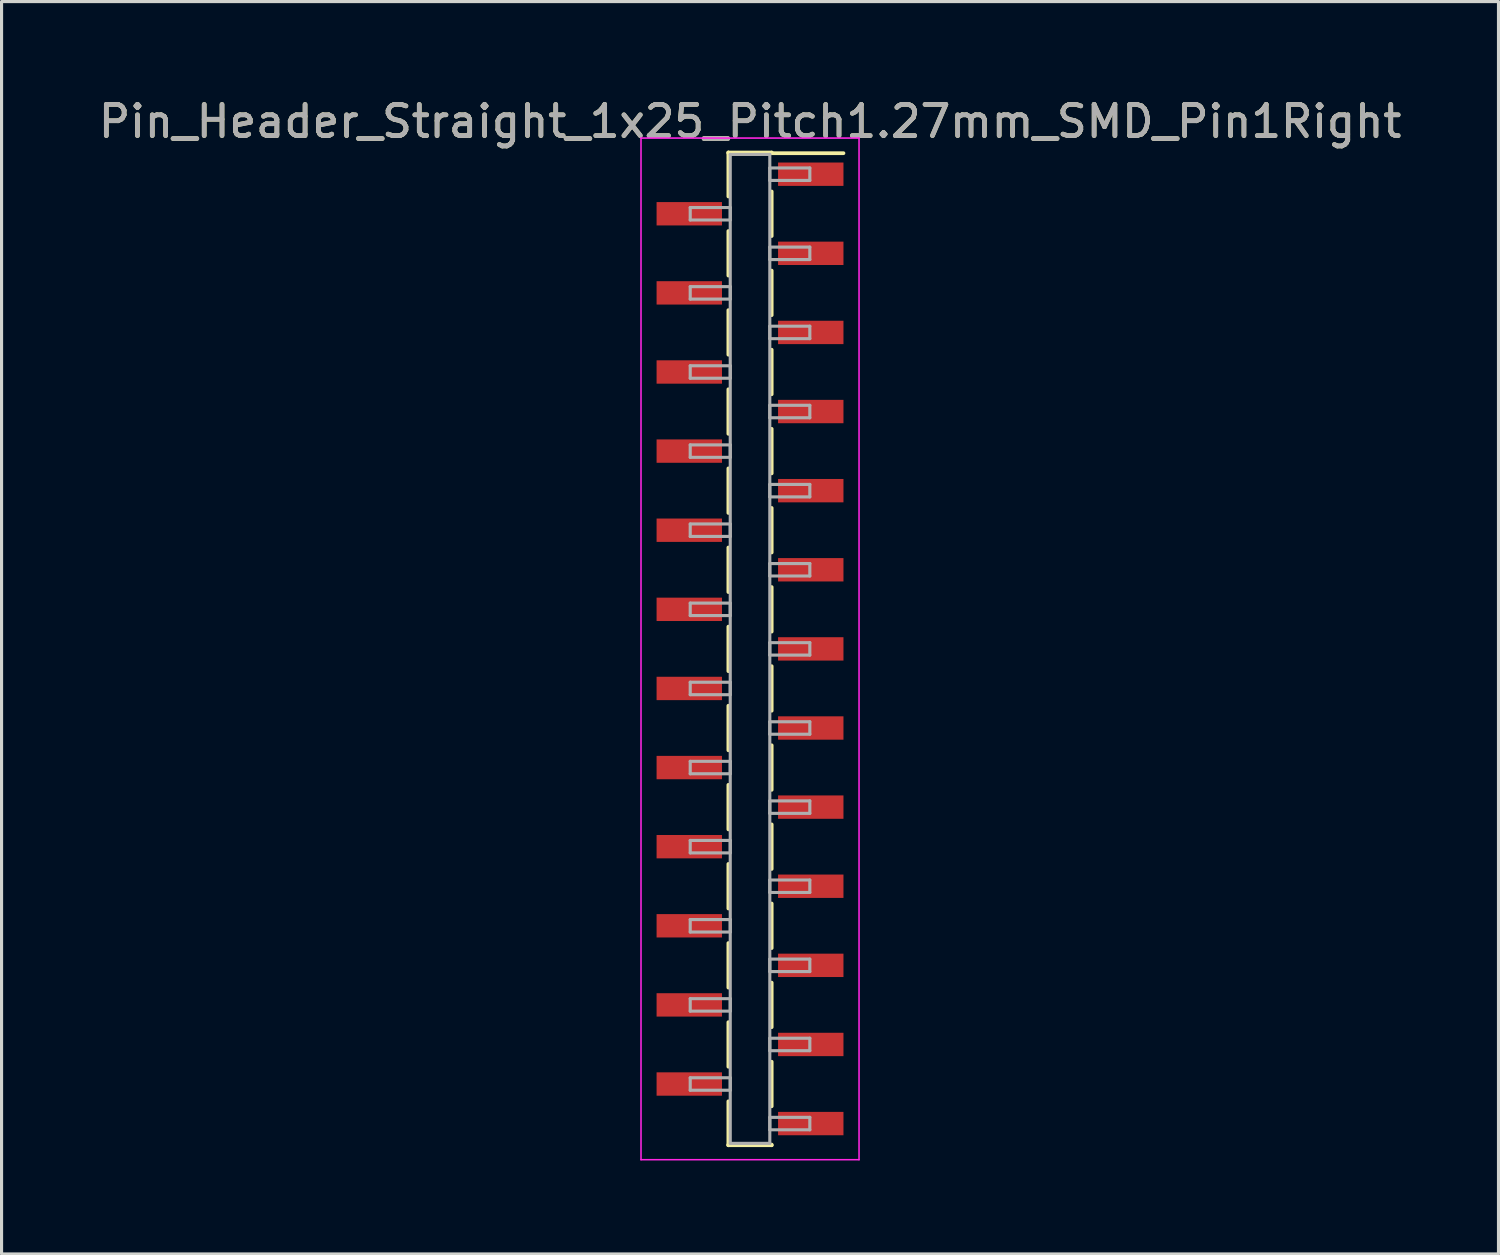
<source format=kicad_pcb>
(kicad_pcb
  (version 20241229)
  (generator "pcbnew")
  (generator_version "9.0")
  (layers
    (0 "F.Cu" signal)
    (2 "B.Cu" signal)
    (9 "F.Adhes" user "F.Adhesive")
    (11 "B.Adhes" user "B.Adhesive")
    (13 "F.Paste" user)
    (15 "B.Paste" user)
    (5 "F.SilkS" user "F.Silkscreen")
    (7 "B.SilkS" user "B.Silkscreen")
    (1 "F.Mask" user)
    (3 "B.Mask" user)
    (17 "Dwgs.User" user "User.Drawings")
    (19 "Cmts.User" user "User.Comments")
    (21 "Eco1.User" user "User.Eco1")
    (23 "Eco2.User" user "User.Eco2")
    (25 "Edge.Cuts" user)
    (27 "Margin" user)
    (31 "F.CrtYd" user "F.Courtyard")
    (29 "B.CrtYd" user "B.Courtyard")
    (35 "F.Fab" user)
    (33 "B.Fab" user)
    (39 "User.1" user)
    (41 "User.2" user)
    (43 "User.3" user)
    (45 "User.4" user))
  (footprint "Pin_Header_Straight_1x25_Pitch1.27mm_SMD_Pin1Right"
    (layer "F.Cu")
    (at 21.03 17.783)
    (property "Reference" "Pin_Header_Straight_1x25_Pitch1.27mm_SMD_Pin1Right" (at 0 -16.935 0) (layer "F.SilkS") (effects (font (size 1 1) (thickness 0.15))))
    (attr smd)
    (fp_line (start -0.695 -15.935) (end -0.695 -14.525) (stroke (width 0.12) (type solid)) (layer "F.SilkS"))
    (fp_line (start -0.695 -15.935) (end 0.695 -15.935) (stroke (width 0.12) (type solid)) (layer "F.SilkS"))
    (fp_line (start -0.695 -15.915) (end -0.695 -15.935) (stroke (width 0.12) (type solid)) (layer "F.SilkS"))
    (fp_line (start -0.695 -13.415) (end -0.695 -11.985) (stroke (width 0.12) (type solid)) (layer "F.SilkS"))
    (fp_line (start -0.695 -10.875) (end -0.695 -9.445) (stroke (width 0.12) (type solid)) (layer "F.SilkS"))
    (fp_line (start -0.695 -8.335) (end -0.695 -6.905) (stroke (width 0.12) (type solid)) (layer "F.SilkS"))
    (fp_line (start -0.695 -5.795) (end -0.695 -4.365) (stroke (width 0.12) (type solid)) (layer "F.SilkS"))
    (fp_line (start -0.695 -3.255) (end -0.695 -1.825) (stroke (width 0.12) (type solid)) (layer "F.SilkS"))
    (fp_line (start -0.695 -0.715) (end -0.695 0.715) (stroke (width 0.12) (type solid)) (layer "F.SilkS"))
    (fp_line (start -0.695 1.825) (end -0.695 3.255) (stroke (width 0.12) (type solid)) (layer "F.SilkS"))
    (fp_line (start -0.695 4.365) (end -0.695 5.795) (stroke (width 0.12) (type solid)) (layer "F.SilkS"))
    (fp_line (start -0.695 6.905) (end -0.695 8.335) (stroke (width 0.12) (type solid)) (layer "F.SilkS"))
    (fp_line (start -0.695 9.445) (end -0.695 10.875) (stroke (width 0.12) (type solid)) (layer "F.SilkS"))
    (fp_line (start -0.695 11.985) (end -0.695 13.415) (stroke (width 0.12) (type solid)) (layer "F.SilkS"))
    (fp_line (start -0.695 14.525) (end -0.695 15.935) (stroke (width 0.12) (type solid)) (layer "F.SilkS"))
    (fp_line (start -0.695 15.915) (end -0.695 15.935) (stroke (width 0.12) (type solid)) (layer "F.SilkS"))
    (fp_line (start -0.695 15.935) (end 0.695 15.935) (stroke (width 0.12) (type solid)) (layer "F.SilkS"))
    (fp_line (start 0.695 -15.935) (end 0.695 -15.915) (stroke (width 0.12) (type solid)) (layer "F.SilkS"))
    (fp_line (start 0.695 -15.915) (end 3 -15.915) (stroke (width 0.12) (type solid)) (layer "F.SilkS"))
    (fp_line (start 0.695 -14.685) (end 0.695 -13.255) (stroke (width 0.12) (type solid)) (layer "F.SilkS"))
    (fp_line (start 0.695 -12.145) (end 0.695 -10.715) (stroke (width 0.12) (type solid)) (layer "F.SilkS"))
    (fp_line (start 0.695 -9.605) (end 0.695 -8.175) (stroke (width 0.12) (type solid)) (layer "F.SilkS"))
    (fp_line (start 0.695 -7.065) (end 0.695 -5.635) (stroke (width 0.12) (type solid)) (layer "F.SilkS"))
    (fp_line (start 0.695 -4.525) (end 0.695 -3.095) (stroke (width 0.12) (type solid)) (layer "F.SilkS"))
    (fp_line (start 0.695 -1.985) (end 0.695 -0.555) (stroke (width 0.12) (type solid)) (layer "F.SilkS"))
    (fp_line (start 0.695 0.555) (end 0.695 1.985) (stroke (width 0.12) (type solid)) (layer "F.SilkS"))
    (fp_line (start 0.695 3.095) (end 0.695 4.525) (stroke (width 0.12) (type solid)) (layer "F.SilkS"))
    (fp_line (start 0.695 5.635) (end 0.695 7.065) (stroke (width 0.12) (type solid)) (layer "F.SilkS"))
    (fp_line (start 0.695 8.175) (end 0.695 9.605) (stroke (width 0.12) (type solid)) (layer "F.SilkS"))
    (fp_line (start 0.695 10.715) (end 0.695 12.145) (stroke (width 0.12) (type solid)) (layer "F.SilkS"))
    (fp_line (start 0.695 13.255) (end 0.695 14.685) (stroke (width 0.12) (type solid)) (layer "F.SilkS"))
    (fp_line (start 0.695 15.935) (end 0.695 15.915) (stroke (width 0.12) (type solid)) (layer "F.SilkS"))
    (fp_line (start -3.5 -16.4) (end -3.5 16.4) (stroke (width 0.05) (type solid)) (layer "F.CrtYd"))
    (fp_line (start -3.5 16.4) (end 3.5 16.4) (stroke (width 0.05) (type solid)) (layer "F.CrtYd"))
    (fp_line (start 3.5 -16.4) (end -3.5 -16.4) (stroke (width 0.05) (type solid)) (layer "F.CrtYd"))
    (fp_line (start 3.5 16.4) (end 3.5 -16.4) (stroke (width 0.05) (type solid)) (layer "F.CrtYd"))
    (fp_line (start -1.92 -14.17) (end -0.635 -14.17) (stroke (width 0.1) (type solid)) (layer "F.Fab"))
    (fp_line (start -1.92 -13.77) (end -1.92 -14.17) (stroke (width 0.1) (type solid)) (layer "F.Fab"))
    (fp_line (start -1.92 -11.63) (end -0.635 -11.63) (stroke (width 0.1) (type solid)) (layer "F.Fab"))
    (fp_line (start -1.92 -11.23) (end -1.92 -11.63) (stroke (width 0.1) (type solid)) (layer "F.Fab"))
    (fp_line (start -1.92 -9.09) (end -0.635 -9.09) (stroke (width 0.1) (type solid)) (layer "F.Fab"))
    (fp_line (start -1.92 -8.69) (end -1.92 -9.09) (stroke (width 0.1) (type solid)) (layer "F.Fab"))
    (fp_line (start -1.92 -6.55) (end -0.635 -6.55) (stroke (width 0.1) (type solid)) (layer "F.Fab"))
    (fp_line (start -1.92 -6.15) (end -1.92 -6.55) (stroke (width 0.1) (type solid)) (layer "F.Fab"))
    (fp_line (start -1.92 -4.01) (end -0.635 -4.01) (stroke (width 0.1) (type solid)) (layer "F.Fab"))
    (fp_line (start -1.92 -3.61) (end -1.92 -4.01) (stroke (width 0.1) (type solid)) (layer "F.Fab"))
    (fp_line (start -1.92 -1.47) (end -0.635 -1.47) (stroke (width 0.1) (type solid)) (layer "F.Fab"))
    (fp_line (start -1.92 -1.07) (end -1.92 -1.47) (stroke (width 0.1) (type solid)) (layer "F.Fab"))
    (fp_line (start -1.92 1.07) (end -0.635 1.07) (stroke (width 0.1) (type solid)) (layer "F.Fab"))
    (fp_line (start -1.92 1.47) (end -1.92 1.07) (stroke (width 0.1) (type solid)) (layer "F.Fab"))
    (fp_line (start -1.92 3.61) (end -0.635 3.61) (stroke (width 0.1) (type solid)) (layer "F.Fab"))
    (fp_line (start -1.92 4.01) (end -1.92 3.61) (stroke (width 0.1) (type solid)) (layer "F.Fab"))
    (fp_line (start -1.92 6.15) (end -0.635 6.15) (stroke (width 0.1) (type solid)) (layer "F.Fab"))
    (fp_line (start -1.92 6.55) (end -1.92 6.15) (stroke (width 0.1) (type solid)) (layer "F.Fab"))
    (fp_line (start -1.92 8.69) (end -0.635 8.69) (stroke (width 0.1) (type solid)) (layer "F.Fab"))
    (fp_line (start -1.92 9.09) (end -1.92 8.69) (stroke (width 0.1) (type solid)) (layer "F.Fab"))
    (fp_line (start -1.92 11.23) (end -0.635 11.23) (stroke (width 0.1) (type solid)) (layer "F.Fab"))
    (fp_line (start -1.92 11.63) (end -1.92 11.23) (stroke (width 0.1) (type solid)) (layer "F.Fab"))
    (fp_line (start -1.92 13.77) (end -0.635 13.77) (stroke (width 0.1) (type solid)) (layer "F.Fab"))
    (fp_line (start -1.92 14.17) (end -1.92 13.77) (stroke (width 0.1) (type solid)) (layer "F.Fab"))
    (fp_line (start -0.635 -15.875) (end -0.635 15.875) (stroke (width 0.1) (type solid)) (layer "F.Fab"))
    (fp_line (start -0.635 -14.17) (end -0.635 -13.77) (stroke (width 0.1) (type solid)) (layer "F.Fab"))
    (fp_line (start -0.635 -13.77) (end -1.92 -13.77) (stroke (width 0.1) (type solid)) (layer "F.Fab"))
    (fp_line (start -0.635 -11.63) (end -0.635 -11.23) (stroke (width 0.1) (type solid)) (layer "F.Fab"))
    (fp_line (start -0.635 -11.23) (end -1.92 -11.23) (stroke (width 0.1) (type solid)) (layer "F.Fab"))
    (fp_line (start -0.635 -9.09) (end -0.635 -8.69) (stroke (width 0.1) (type solid)) (layer "F.Fab"))
    (fp_line (start -0.635 -8.69) (end -1.92 -8.69) (stroke (width 0.1) (type solid)) (layer "F.Fab"))
    (fp_line (start -0.635 -6.55) (end -0.635 -6.15) (stroke (width 0.1) (type solid)) (layer "F.Fab"))
    (fp_line (start -0.635 -6.15) (end -1.92 -6.15) (stroke (width 0.1) (type solid)) (layer "F.Fab"))
    (fp_line (start -0.635 -4.01) (end -0.635 -3.61) (stroke (width 0.1) (type solid)) (layer "F.Fab"))
    (fp_line (start -0.635 -3.61) (end -1.92 -3.61) (stroke (width 0.1) (type solid)) (layer "F.Fab"))
    (fp_line (start -0.635 -1.47) (end -0.635 -1.07) (stroke (width 0.1) (type solid)) (layer "F.Fab"))
    (fp_line (start -0.635 -1.07) (end -1.92 -1.07) (stroke (width 0.1) (type solid)) (layer "F.Fab"))
    (fp_line (start -0.635 1.07) (end -0.635 1.47) (stroke (width 0.1) (type solid)) (layer "F.Fab"))
    (fp_line (start -0.635 1.47) (end -1.92 1.47) (stroke (width 0.1) (type solid)) (layer "F.Fab"))
    (fp_line (start -0.635 3.61) (end -0.635 4.01) (stroke (width 0.1) (type solid)) (layer "F.Fab"))
    (fp_line (start -0.635 4.01) (end -1.92 4.01) (stroke (width 0.1) (type solid)) (layer "F.Fab"))
    (fp_line (start -0.635 6.15) (end -0.635 6.55) (stroke (width 0.1) (type solid)) (layer "F.Fab"))
    (fp_line (start -0.635 6.55) (end -1.92 6.55) (stroke (width 0.1) (type solid)) (layer "F.Fab"))
    (fp_line (start -0.635 8.69) (end -0.635 9.09) (stroke (width 0.1) (type solid)) (layer "F.Fab"))
    (fp_line (start -0.635 9.09) (end -1.92 9.09) (stroke (width 0.1) (type solid)) (layer "F.Fab"))
    (fp_line (start -0.635 11.23) (end -0.635 11.63) (stroke (width 0.1) (type solid)) (layer "F.Fab"))
    (fp_line (start -0.635 11.63) (end -1.92 11.63) (stroke (width 0.1) (type solid)) (layer "F.Fab"))
    (fp_line (start -0.635 13.77) (end -0.635 14.17) (stroke (width 0.1) (type solid)) (layer "F.Fab"))
    (fp_line (start -0.635 14.17) (end -1.92 14.17) (stroke (width 0.1) (type solid)) (layer "F.Fab"))
    (fp_line (start -0.635 15.875) (end 0.635 15.875) (stroke (width 0.1) (type solid)) (layer "F.Fab"))
    (fp_line (start 0.635 -15.875) (end -0.635 -15.875) (stroke (width 0.1) (type solid)) (layer "F.Fab"))
    (fp_line (start 0.635 -15.44) (end 0.635 -15.04) (stroke (width 0.1) (type solid)) (layer "F.Fab"))
    (fp_line (start 0.635 -15.04) (end 1.92 -15.04) (stroke (width 0.1) (type solid)) (layer "F.Fab"))
    (fp_line (start 0.635 -12.9) (end 0.635 -12.5) (stroke (width 0.1) (type solid)) (layer "F.Fab"))
    (fp_line (start 0.635 -12.5) (end 1.92 -12.5) (stroke (width 0.1) (type solid)) (layer "F.Fab"))
    (fp_line (start 0.635 -10.36) (end 0.635 -9.96) (stroke (width 0.1) (type solid)) (layer "F.Fab"))
    (fp_line (start 0.635 -9.96) (end 1.92 -9.96) (stroke (width 0.1) (type solid)) (layer "F.Fab"))
    (fp_line (start 0.635 -7.82) (end 0.635 -7.42) (stroke (width 0.1) (type solid)) (layer "F.Fab"))
    (fp_line (start 0.635 -7.42) (end 1.92 -7.42) (stroke (width 0.1) (type solid)) (layer "F.Fab"))
    (fp_line (start 0.635 -5.28) (end 0.635 -4.88) (stroke (width 0.1) (type solid)) (layer "F.Fab"))
    (fp_line (start 0.635 -4.88) (end 1.92 -4.88) (stroke (width 0.1) (type solid)) (layer "F.Fab"))
    (fp_line (start 0.635 -2.74) (end 0.635 -2.34) (stroke (width 0.1) (type solid)) (layer "F.Fab"))
    (fp_line (start 0.635 -2.34) (end 1.92 -2.34) (stroke (width 0.1) (type solid)) (layer "F.Fab"))
    (fp_line (start 0.635 -0.2) (end 0.635 0.2) (stroke (width 0.1) (type solid)) (layer "F.Fab"))
    (fp_line (start 0.635 0.2) (end 1.92 0.2) (stroke (width 0.1) (type solid)) (layer "F.Fab"))
    (fp_line (start 0.635 2.34) (end 0.635 2.74) (stroke (width 0.1) (type solid)) (layer "F.Fab"))
    (fp_line (start 0.635 2.74) (end 1.92 2.74) (stroke (width 0.1) (type solid)) (layer "F.Fab"))
    (fp_line (start 0.635 4.88) (end 0.635 5.28) (stroke (width 0.1) (type solid)) (layer "F.Fab"))
    (fp_line (start 0.635 5.28) (end 1.92 5.28) (stroke (width 0.1) (type solid)) (layer "F.Fab"))
    (fp_line (start 0.635 7.42) (end 0.635 7.82) (stroke (width 0.1) (type solid)) (layer "F.Fab"))
    (fp_line (start 0.635 7.82) (end 1.92 7.82) (stroke (width 0.1) (type solid)) (layer "F.Fab"))
    (fp_line (start 0.635 9.96) (end 0.635 10.36) (stroke (width 0.1) (type solid)) (layer "F.Fab"))
    (fp_line (start 0.635 10.36) (end 1.92 10.36) (stroke (width 0.1) (type solid)) (layer "F.Fab"))
    (fp_line (start 0.635 12.5) (end 0.635 12.9) (stroke (width 0.1) (type solid)) (layer "F.Fab"))
    (fp_line (start 0.635 12.9) (end 1.92 12.9) (stroke (width 0.1) (type solid)) (layer "F.Fab"))
    (fp_line (start 0.635 15.04) (end 0.635 15.44) (stroke (width 0.1) (type solid)) (layer "F.Fab"))
    (fp_line (start 0.635 15.44) (end 1.92 15.44) (stroke (width 0.1) (type solid)) (layer "F.Fab"))
    (fp_line (start 0.635 15.875) (end 0.635 -15.875) (stroke (width 0.1) (type solid)) (layer "F.Fab"))
    (fp_line (start 1.92 -15.44) (end 0.635 -15.44) (stroke (width 0.1) (type solid)) (layer "F.Fab"))
    (fp_line (start 1.92 -15.04) (end 1.92 -15.44) (stroke (width 0.1) (type solid)) (layer "F.Fab"))
    (fp_line (start 1.92 -12.9) (end 0.635 -12.9) (stroke (width 0.1) (type solid)) (layer "F.Fab"))
    (fp_line (start 1.92 -12.5) (end 1.92 -12.9) (stroke (width 0.1) (type solid)) (layer "F.Fab"))
    (fp_line (start 1.92 -10.36) (end 0.635 -10.36) (stroke (width 0.1) (type solid)) (layer "F.Fab"))
    (fp_line (start 1.92 -9.96) (end 1.92 -10.36) (stroke (width 0.1) (type solid)) (layer "F.Fab"))
    (fp_line (start 1.92 -7.82) (end 0.635 -7.82) (stroke (width 0.1) (type solid)) (layer "F.Fab"))
    (fp_line (start 1.92 -7.42) (end 1.92 -7.82) (stroke (width 0.1) (type solid)) (layer "F.Fab"))
    (fp_line (start 1.92 -5.28) (end 0.635 -5.28) (stroke (width 0.1) (type solid)) (layer "F.Fab"))
    (fp_line (start 1.92 -4.88) (end 1.92 -5.28) (stroke (width 0.1) (type solid)) (layer "F.Fab"))
    (fp_line (start 1.92 -2.74) (end 0.635 -2.74) (stroke (width 0.1) (type solid)) (layer "F.Fab"))
    (fp_line (start 1.92 -2.34) (end 1.92 -2.74) (stroke (width 0.1) (type solid)) (layer "F.Fab"))
    (fp_line (start 1.92 -0.2) (end 0.635 -0.2) (stroke (width 0.1) (type solid)) (layer "F.Fab"))
    (fp_line (start 1.92 0.2) (end 1.92 -0.2) (stroke (width 0.1) (type solid)) (layer "F.Fab"))
    (fp_line (start 1.92 2.34) (end 0.635 2.34) (stroke (width 0.1) (type solid)) (layer "F.Fab"))
    (fp_line (start 1.92 2.74) (end 1.92 2.34) (stroke (width 0.1) (type solid)) (layer "F.Fab"))
    (fp_line (start 1.92 4.88) (end 0.635 4.88) (stroke (width 0.1) (type solid)) (layer "F.Fab"))
    (fp_line (start 1.92 5.28) (end 1.92 4.88) (stroke (width 0.1) (type solid)) (layer "F.Fab"))
    (fp_line (start 1.92 7.42) (end 0.635 7.42) (stroke (width 0.1) (type solid)) (layer "F.Fab"))
    (fp_line (start 1.92 7.82) (end 1.92 7.42) (stroke (width 0.1) (type solid)) (layer "F.Fab"))
    (fp_line (start 1.92 9.96) (end 0.635 9.96) (stroke (width 0.1) (type solid)) (layer "F.Fab"))
    (fp_line (start 1.92 10.36) (end 1.92 9.96) (stroke (width 0.1) (type solid)) (layer "F.Fab"))
    (fp_line (start 1.92 12.5) (end 0.635 12.5) (stroke (width 0.1) (type solid)) (layer "F.Fab"))
    (fp_line (start 1.92 12.9) (end 1.92 12.5) (stroke (width 0.1) (type solid)) (layer "F.Fab"))
    (fp_line (start 1.92 15.04) (end 0.635 15.04) (stroke (width 0.1) (type solid)) (layer "F.Fab"))
    (fp_line (start 1.92 15.44) (end 1.92 15.04) (stroke (width 0.1) (type solid)) (layer "F.Fab"))
    (fp_text user "${REFERENCE}" (at 0 -16.935 0) (layer "F.Fab") (effects (font (size 1 1) (thickness 0.15))))
    (pad "1" smd rect (at 1.95 -15.24) (size 2.1 0.75) (layers "F.Cu" "F.Mask" "F.Paste"))
    (pad "2" smd rect (at -1.95 -13.97) (size 2.1 0.75) (layers "F.Cu" "F.Mask" "F.Paste"))
    (pad "3" smd rect (at 1.95 -12.7) (size 2.1 0.75) (layers "F.Cu" "F.Mask" "F.Paste"))
    (pad "4" smd rect (at -1.95 -11.43) (size 2.1 0.75) (layers "F.Cu" "F.Mask" "F.Paste"))
    (pad "5" smd rect (at 1.95 -10.16) (size 2.1 0.75) (layers "F.Cu" "F.Mask" "F.Paste"))
    (pad "6" smd rect (at -1.95 -8.89) (size 2.1 0.75) (layers "F.Cu" "F.Mask" "F.Paste"))
    (pad "7" smd rect (at 1.95 -7.62) (size 2.1 0.75) (layers "F.Cu" "F.Mask" "F.Paste"))
    (pad "8" smd rect (at -1.95 -6.35) (size 2.1 0.75) (layers "F.Cu" "F.Mask" "F.Paste"))
    (pad "9" smd rect (at 1.95 -5.08) (size 2.1 0.75) (layers "F.Cu" "F.Mask" "F.Paste"))
    (pad "10" smd rect (at -1.95 -3.81) (size 2.1 0.75) (layers "F.Cu" "F.Mask" "F.Paste"))
    (pad "11" smd rect (at 1.95 -2.54) (size 2.1 0.75) (layers "F.Cu" "F.Mask" "F.Paste"))
    (pad "12" smd rect (at -1.95 -1.27) (size 2.1 0.75) (layers "F.Cu" "F.Mask" "F.Paste"))
    (pad "13" smd rect (at 1.95 0) (size 2.1 0.75) (layers "F.Cu" "F.Mask" "F.Paste"))
    (pad "14" smd rect (at -1.95 1.27) (size 2.1 0.75) (layers "F.Cu" "F.Mask" "F.Paste"))
    (pad "15" smd rect (at 1.95 2.54) (size 2.1 0.75) (layers "F.Cu" "F.Mask" "F.Paste"))
    (pad "16" smd rect (at -1.95 3.81) (size 2.1 0.75) (layers "F.Cu" "F.Mask" "F.Paste"))
    (pad "17" smd rect (at 1.95 5.08) (size 2.1 0.75) (layers "F.Cu" "F.Mask" "F.Paste"))
    (pad "18" smd rect (at -1.95 6.35) (size 2.1 0.75) (layers "F.Cu" "F.Mask" "F.Paste"))
    (pad "19" smd rect (at 1.95 7.62) (size 2.1 0.75) (layers "F.Cu" "F.Mask" "F.Paste"))
    (pad "20" smd rect (at -1.95 8.89) (size 2.1 0.75) (layers "F.Cu" "F.Mask" "F.Paste"))
    (pad "21" smd rect (at 1.95 10.16) (size 2.1 0.75) (layers "F.Cu" "F.Mask" "F.Paste"))
    (pad "22" smd rect (at -1.95 11.43) (size 2.1 0.75) (layers "F.Cu" "F.Mask" "F.Paste"))
    (pad "23" smd rect (at 1.95 12.7) (size 2.1 0.75) (layers "F.Cu" "F.Mask" "F.Paste"))
    (pad "24" smd rect (at -1.95 13.97) (size 2.1 0.75) (layers "F.Cu" "F.Mask" "F.Paste"))
    (pad "25" smd rect (at 1.95 15.24) (size 2.1 0.75) (layers "F.Cu" "F.Mask" "F.Paste")))
  (gr_rect
    (start -3 -3)
    (end 45.06 37.208)
    (stroke (width 0.1) (type default))
    (fill no)
    (layer "Edge.Cuts")))
</source>
